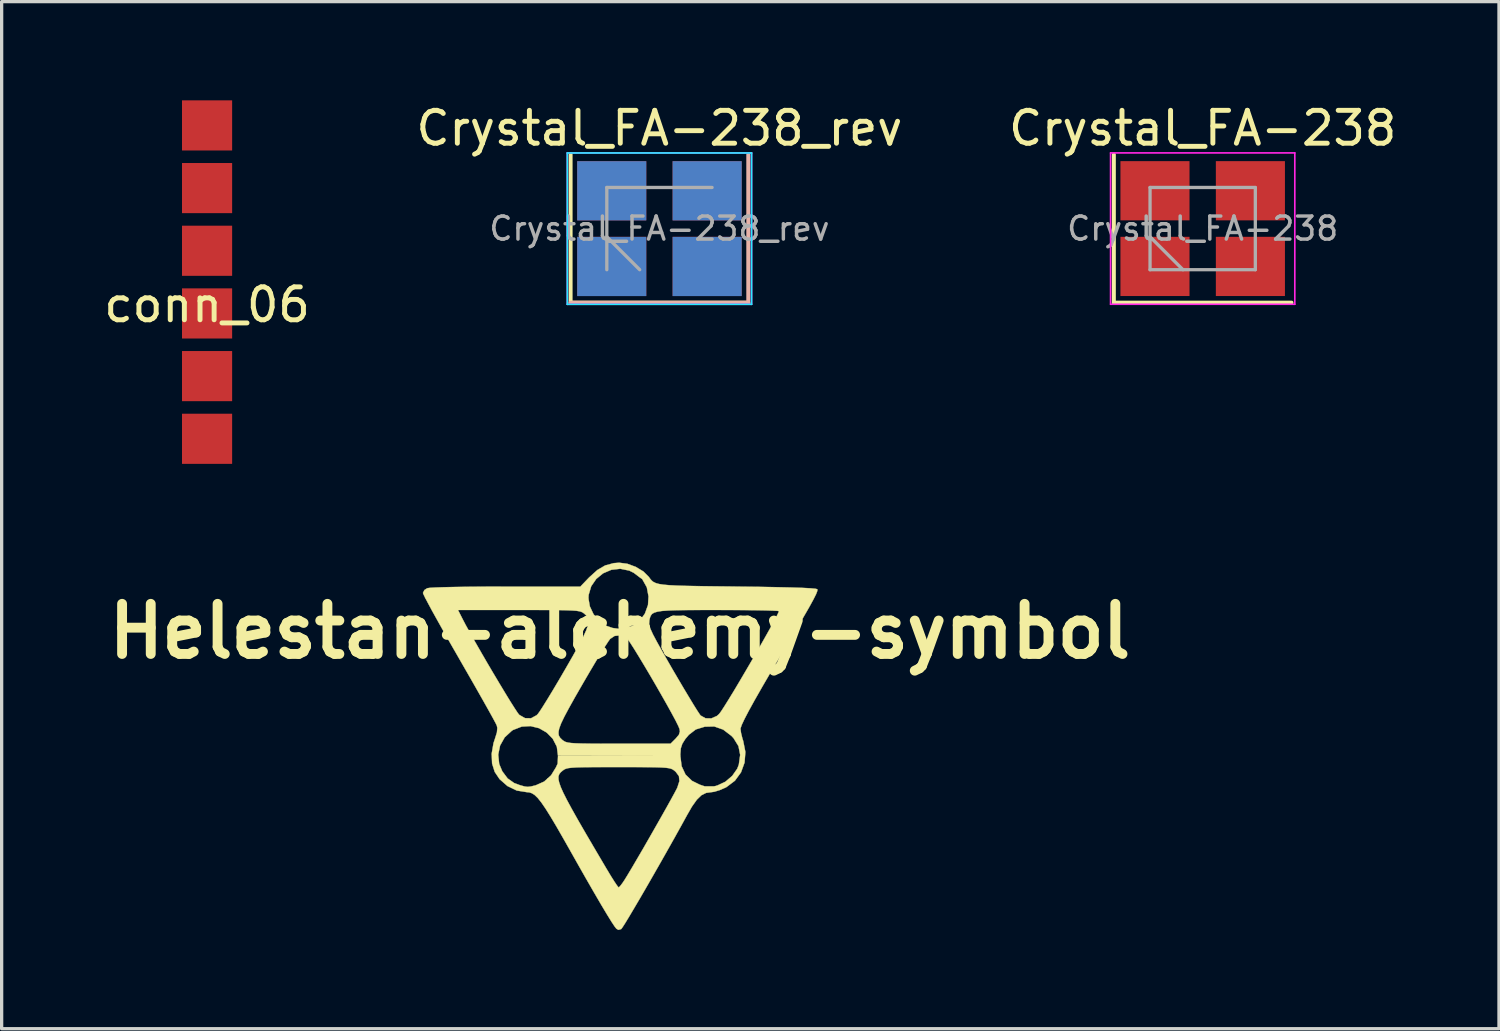
<source format=kicad_pcb>
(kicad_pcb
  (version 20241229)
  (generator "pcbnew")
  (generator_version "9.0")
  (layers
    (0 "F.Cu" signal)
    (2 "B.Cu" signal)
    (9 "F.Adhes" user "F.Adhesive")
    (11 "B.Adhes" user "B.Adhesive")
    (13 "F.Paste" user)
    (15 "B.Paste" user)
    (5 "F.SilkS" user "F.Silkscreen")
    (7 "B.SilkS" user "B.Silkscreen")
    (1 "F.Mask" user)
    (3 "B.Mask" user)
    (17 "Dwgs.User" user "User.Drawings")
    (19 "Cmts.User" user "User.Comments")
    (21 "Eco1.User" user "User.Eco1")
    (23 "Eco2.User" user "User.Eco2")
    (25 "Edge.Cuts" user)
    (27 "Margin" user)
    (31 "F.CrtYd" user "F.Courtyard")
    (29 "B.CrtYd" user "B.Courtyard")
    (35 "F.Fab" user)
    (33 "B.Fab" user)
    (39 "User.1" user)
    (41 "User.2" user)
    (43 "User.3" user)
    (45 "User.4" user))
  (footprint "Crystal_FA-238_rev"
    (layer "F.Cu")
    (at 16.994 3.898)
    (property "Reference" "Crystal_FA-238_rev" (at 0 -3.05 0) (layer "F.SilkS") (effects (font (size 1 1) (thickness 0.15))))
    (attr smd)
    (fp_line (start -2.7 -2.25) (end -2.7 2.25) (stroke (width 0.12) (type solid)) (layer "F.SilkS"))
    (fp_line (start -2.7 2.25) (end 2.7 2.25) (stroke (width 0.12) (type solid)) (layer "F.SilkS"))
    (fp_line (start 2.7 -2.248) (end 2.7 2.252) (stroke (width 0.12) (type solid)) (layer "B.SilkS"))
    (fp_line (start 2.7 2.252) (end -2.7 2.252) (stroke (width 0.12) (type solid)) (layer "B.SilkS"))
    (fp_line (start -2.8 -2.298) (end 2.8 -2.298) (stroke (width 0.05) (type solid)) (layer "B.CrtYd"))
    (fp_line (start -2.8 2.302) (end -2.8 -2.298) (stroke (width 0.05) (type solid)) (layer "B.CrtYd"))
    (fp_line (start 2.8 -2.298) (end 2.8 2.302) (stroke (width 0.05) (type solid)) (layer "B.CrtYd"))
    (fp_line (start 2.8 2.302) (end -2.8 2.302) (stroke (width 0.05) (type solid)) (layer "B.CrtYd"))
    (fp_line (start -2.8 -2.3) (end -2.8 2.3) (stroke (width 0.05) (type solid)) (layer "F.CrtYd"))
    (fp_line (start -2.8 2.3) (end 2.8 2.3) (stroke (width 0.05) (type solid)) (layer "F.CrtYd"))
    (fp_line (start 2.8 -2.3) (end -2.8 -2.3) (stroke (width 0.05) (type solid)) (layer "F.CrtYd"))
    (fp_line (start 2.8 2.3) (end 2.8 -2.3) (stroke (width 0.05) (type solid)) (layer "F.CrtYd"))
    (fp_line (start -1.6 -1.25) (end -1.6 1.25) (stroke (width 0.1) (type solid)) (layer "F.Fab"))
    (fp_line (start -1.6 0.25) (end -0.6 1.25) (stroke (width 0.1) (type solid)) (layer "F.Fab"))
    (fp_line (start 1.6 -1.25) (end -1.6 -1.25) (stroke (width 0.1) (type solid)) (layer "F.Fab"))
    (fp_text user "${REFERENCE}" (at 0 0 0) (layer "F.Fab") (effects (font (size 0.7 0.7) (thickness 0.105))))
    (pad "1" smd rect (at -1.45 1.15) (size 2.1 1.8) (layers "F.Cu" "F.Mask" "F.Paste"))
    (pad "1" smd rect (at 1.45 1.152 180) (size 2.1 1.8) (layers "B.Cu" "B.Mask" "B.Paste"))
    (pad "2" smd rect (at -1.45 1.152 180) (size 2.1 1.8) (layers "B.Cu" "B.Mask" "B.Paste"))
    (pad "2" smd rect (at 1.45 1.15) (size 2.1 1.8) (layers "F.Cu" "F.Mask" "F.Paste"))
    (pad "3" smd rect (at -1.45 -1.148 180) (size 2.1 1.8) (layers "B.Cu" "B.Mask" "B.Paste"))
    (pad "3" smd rect (at 1.45 -1.15) (size 2.1 1.8) (layers "F.Cu" "F.Mask" "F.Paste"))
    (pad "4" smd rect (at -1.45 -1.15) (size 2.1 1.8) (layers "F.Cu" "F.Mask" "F.Paste"))
    (pad "4" smd rect (at 1.45 -1.148 180) (size 2.1 1.8) (layers "B.Cu" "B.Mask" "B.Paste")))
  (footprint "Helestan-alchemy-symbol"
    (layer "F.Cu")
    (at 15.792 16.138)
    (property "Reference" "Helestan-alchemy-symbol" (at 0 0 0) (layer "F.SilkS") (effects (font (size 1.524 1.524) (thickness 0.3))))
    (attr through_hole)
    (fp_poly (pts (xy 3.134 2.988) (xy 3.182 3.013) (xy 3.415 3.196) (xy 3.571 3.424) (xy 3.649 3.678) (xy 3.65 3.94) (xy 3.574 4.193) (xy 3.422 4.417) (xy 3.194 4.594) (xy 3.16 4.612) (xy 2.864 4.71) (xy 2.567 4.707) (xy 2.306 4.619) (xy 2.082 4.455) (xy 1.925 4.231) (xy 1.841 3.967) (xy 1.836 3.684) (xy 1.916 3.403) (xy 1.933 3.366) (xy 2.099 3.146) (xy 2.324 2.992) (xy 2.587 2.91) (xy 2.864 2.907) (xy 3.134 2.988)) (stroke (width 0.01) (type solid)) (fill yes) (layer "F.Mask"))
    (fp_poly (pts (xy -2.456 2.944) (xy -2.228 3.072) (xy -2.044 3.26) (xy -1.921 3.503) (xy -1.88 3.711) (xy -1.901 4.01) (xy -2.008 4.274) (xy -2.186 4.488) (xy -2.424 4.637) (xy -2.708 4.707) (xy -2.793 4.71) (xy -2.972 4.691) (xy -3.137 4.644) (xy -3.164 4.631) (xy -3.416 4.451) (xy -3.592 4.222) (xy -3.688 3.964) (xy -3.7 3.691) (xy -3.625 3.423) (xy -3.46 3.176) (xy -3.453 3.168) (xy -3.226 2.99) (xy -2.972 2.898) (xy -2.71 2.884) (xy -2.456 2.944)) (stroke (width 0.01) (type solid)) (fill yes) (layer "F.Mask"))
    (fp_poly (pts (xy 0.232 -1.877) (xy 0.375 -1.813) (xy 0.43 -1.782) (xy 0.659 -1.595) (xy 0.803 -1.351) (xy 0.862 -1.053) (xy 0.864 -0.99) (xy 0.819 -0.693) (xy 0.696 -0.445) (xy 0.51 -0.254) (xy 0.276 -0.13) (xy 0.009 -0.081) (xy -0.275 -0.118) (xy -0.459 -0.19) (xy -0.699 -0.363) (xy -0.863 -0.59) (xy -0.948 -0.852) (xy -0.948 -1.129) (xy -0.858 -1.402) (xy -0.799 -1.501) (xy -0.626 -1.705) (xy -0.428 -1.829) (xy -0.176 -1.888) (xy -0.104 -1.895) (xy 0.089 -1.901) (xy 0.232 -1.877)) (stroke (width 0.01) (type solid)) (fill yes) (layer "F.Mask"))
    (fp_poly (pts (xy 0.225 -2.052) (xy 0.483 -1.957) (xy 0.715 -1.817) (xy 0.879 -1.653) (xy 0.923 -1.592) (xy 0.967 -1.541) (xy 1.019 -1.499) (xy 1.09 -1.465) (xy 1.187 -1.438) (xy 1.32 -1.417) (xy 1.497 -1.401) (xy 1.728 -1.389) (xy 2.022 -1.38) (xy 2.388 -1.373) (xy 2.834 -1.367) (xy 3.37 -1.361) (xy 3.574 -1.358) (xy 4.215 -1.351) (xy 4.756 -1.341) (xy 5.198 -1.331) (xy 5.542 -1.32) (xy 5.79 -1.307) (xy 5.943 -1.293) (xy 6.002 -1.278) (xy 6.002 -1.231) (xy 5.962 -1.126) (xy 5.877 -0.958) (xy 5.747 -0.721) (xy 5.567 -0.409) (xy 5.334 -0.018) (xy 5.328 -0.008) (xy 4.942 0.639) (xy 4.609 1.203) (xy 4.328 1.685) (xy 4.098 2.088) (xy 3.919 2.413) (xy 3.788 2.664) (xy 3.705 2.841) (xy 3.668 2.947) (xy 3.666 2.966) (xy 3.682 3.09) (xy 3.723 3.258) (xy 3.748 3.335) (xy 3.814 3.668) (xy 3.789 3.991) (xy 3.681 4.288) (xy 3.496 4.542) (xy 3.24 4.735) (xy 3.212 4.75) (xy 3.035 4.827) (xy 2.868 4.878) (xy 2.78 4.89) (xy 2.621 4.912) (xy 2.478 4.983) (xy 2.34 5.117) (xy 2.192 5.325) (xy 2.045 5.58) (xy 1.866 5.906) (xy 1.668 6.262) (xy 1.458 6.635) (xy 1.242 7.017) (xy 1.026 7.395) (xy 0.817 7.759) (xy 0.62 8.099) (xy 0.441 8.403) (xy 0.288 8.661) (xy 0.166 8.862) (xy 0.081 8.995) (xy 0.041 9.05) (xy -0.043 9.076) (xy -0.105 9.042) (xy -0.159 8.974) (xy -0.258 8.824) (xy -0.398 8.597) (xy -0.575 8.301) (xy -0.785 7.941) (xy -1.025 7.524) (xy -1.291 7.056) (xy -1.438 6.795) (xy -1.702 6.328) (xy -1.923 5.943) (xy -2.108 5.632) (xy -2.261 5.388) (xy -2.389 5.202) (xy -2.496 5.068) (xy -2.59 4.977) (xy -2.674 4.923) (xy -2.756 4.896) (xy -2.828 4.89) (xy -3.134 4.841) (xy -3.418 4.704) (xy -3.657 4.494) (xy -3.805 4.274) (xy -3.885 4.019) (xy -3.896 3.75) (xy -3.699 3.75) (xy -3.669 4.033) (xy -3.575 4.256) (xy -3.413 4.472) (xy -3.213 4.613) (xy -3.034 4.679) (xy -2.897 4.717) (xy -2.803 4.729) (xy -2.704 4.717) (xy -2.559 4.682) (xy -2.303 4.568) (xy -2.212 4.487) (xy -1.869 4.487) (xy -1.847 4.593) (xy -1.799 4.732) (xy -1.721 4.908) (xy -1.609 5.13) (xy -1.461 5.403) (xy -1.274 5.736) (xy -1.044 6.134) (xy -0.768 6.605) (xy -0.444 7.155) (xy -0.394 7.239) (xy -0.269 7.447) (xy -0.161 7.618) (xy -0.08 7.737) (xy -0.039 7.785) (xy -0.037 7.786) (xy 0.007 7.746) (xy 0.084 7.644) (xy 0.15 7.544) (xy 0.246 7.387) (xy 0.377 7.168) (xy 0.533 6.901) (xy 0.708 6.602) (xy 0.891 6.283) (xy 1.076 5.959) (xy 1.254 5.646) (xy 1.417 5.357) (xy 1.556 5.107) (xy 1.664 4.909) (xy 1.732 4.78) (xy 1.746 4.75) (xy 1.809 4.553) (xy 1.794 4.402) (xy 1.696 4.27) (xy 1.649 4.231) (xy 1.608 4.202) (xy 1.559 4.179) (xy 1.49 4.161) (xy 1.391 4.148) (xy 1.248 4.139) (xy 1.052 4.133) (xy 0.791 4.13) (xy 0.452 4.128) (xy 0.025 4.128) (xy -0.043 4.128) (xy -0.482 4.128) (xy -0.832 4.129) (xy -1.103 4.132) (xy -1.307 4.137) (xy -1.456 4.146) (xy -1.561 4.158) (xy -1.633 4.175) (xy -1.685 4.197) (xy -1.728 4.226) (xy -1.743 4.238) (xy -1.8 4.287) (xy -1.842 4.34) (xy -1.866 4.405) (xy -1.869 4.487) (xy -2.212 4.487) (xy -2.092 4.378) (xy -1.943 4.135) (xy -1.892 4.023) (xy -1.882 3.803) (xy -1.882 3.79) (xy 1.837 3.782) (xy 1.876 4.1) (xy 1.994 4.354) (xy 2.192 4.546) (xy 2.429 4.663) (xy 2.578 4.713) (xy 2.858 4.713) (xy 2.908 4.703) (xy 2.971 4.683) (xy 3.206 4.573) (xy 3.414 4.395) (xy 3.566 4.178) (xy 3.614 4.057) (xy 3.656 3.757) (xy 3.604 3.491) (xy 3.455 3.249) (xy 3.392 3.181) (xy 3.139 2.988) (xy 2.868 2.893) (xy 2.58 2.9) (xy 2.308 2.983) (xy 2.097 3.145) (xy 1.988 3.274) (xy 1.897 3.419) (xy 1.851 3.558) (xy 1.837 3.739) (xy 1.837 3.782) (xy -1.882 3.783) (xy -1.917 3.508) (xy -2.041 3.267) (xy -2.227 3.076) (xy -2.232 3.074) (xy -1.868 3.074) (xy -1.859 3.162) (xy -1.821 3.232) (xy -1.759 3.294) (xy -1.738 3.311) (xy -1.696 3.341) (xy -1.648 3.364) (xy -1.581 3.382) (xy -1.485 3.396) (xy -1.347 3.405) (xy -1.156 3.411) (xy -0.901 3.415) (xy -0.571 3.416) (xy -0.153 3.417) (xy -0.032 3.417) (xy 1.54 3.417) (xy 1.694 3.263) (xy 1.793 3.146) (xy 1.824 3.047) (xy 1.813 2.971) (xy 1.776 2.88) (xy 1.696 2.719) (xy 1.579 2.501) (xy 1.435 2.24) (xy 1.27 1.949) (xy 1.094 1.642) (xy 0.914 1.333) (xy 0.737 1.035) (xy 0.572 0.761) (xy 0.427 0.526) (xy 0.31 0.344) (xy 0.228 0.226) (xy 0.195 0.191) (xy 0.019 0.121) (xy -0.162 0.142) (xy -0.297 0.232) (xy -0.351 0.306) (xy -0.448 0.455) (xy -0.58 0.668) (xy -0.74 0.931) (xy -0.919 1.233) (xy -1.111 1.562) (xy -1.141 1.614) (xy -1.373 2.017) (xy -1.555 2.344) (xy -1.693 2.603) (xy -1.789 2.804) (xy -1.846 2.958) (xy -1.868 3.074) (xy -2.232 3.074) (xy -2.458 2.945) (xy -2.716 2.882) (xy -2.984 2.897) (xy -3.246 2.999) (xy -3.285 3.024) (xy -3.502 3.224) (xy -3.642 3.473) (xy -3.699 3.75) (xy -3.896 3.75) (xy -3.897 3.717) (xy -3.842 3.4) (xy -3.799 3.27) (xy -3.738 3.075) (xy -3.726 2.936) (xy -3.742 2.864) (xy -3.777 2.792) (xy -3.857 2.643) (xy -3.977 2.426) (xy -4.132 2.15) (xy -4.316 1.825) (xy -4.523 1.462) (xy -4.749 1.069) (xy -4.887 0.828) (xy -5.119 0.425) (xy -5.334 0.047) (xy -5.527 -0.297) (xy -5.694 -0.597) (xy -5.721 -0.647) (xy -4.921 -0.647) (xy -4.786 -0.381) (xy -4.687 -0.191) (xy -4.553 0.051) (xy -4.394 0.334) (xy -4.216 0.644) (xy -4.028 0.968) (xy -3.836 1.294) (xy -3.649 1.607) (xy -3.475 1.896) (xy -3.321 2.147) (xy -3.194 2.347) (xy -3.104 2.483) (xy -3.059 2.54) (xy -2.885 2.64) (xy -2.702 2.644) (xy -2.533 2.553) (xy -2.495 2.515) (xy -2.437 2.435) (xy -2.336 2.279) (xy -2.201 2.062) (xy -2.039 1.795) (xy -1.859 1.492) (xy -1.669 1.166) (xy -1.663 1.156) (xy -1.432 0.754) (xy -1.251 0.428) (xy -1.115 0.17) (xy -1.023 -0.032) (xy -0.969 -0.186) (xy -0.952 -0.304) (xy -0.967 -0.395) (xy -1.011 -0.468) (xy -1.082 -0.535) (xy -1.091 -0.542) (xy -1.129 -0.569) (xy -1.174 -0.592) (xy -1.235 -0.609) (xy -1.323 -0.623) (xy -1.45 -0.632) (xy -1.624 -0.639) (xy -1.857 -0.644) (xy -2.158 -0.646) (xy -2.54 -0.647) (xy -3.011 -0.647) (xy -3.073 -0.647) (xy -4.921 -0.647) (xy -5.721 -0.647) (xy -5.827 -0.844) (xy -5.909 -1) (xy -0.956 -1) (xy -0.914 -0.758) (xy -0.803 -0.522) (xy -0.643 -0.316) (xy -0.453 -0.18) (xy -0.28 -0.12) (xy -0.22 -0.1) (xy 0 -0.07) (xy 0.15 -0.1) (xy 0.34 -0.151) (xy 0.405 -0.178) (xy 0.465 -0.222) (xy 0.888 -0.222) (xy 0.922 -0.088) (xy 1.005 0.095) (xy 1.025 0.132) (xy 1.127 0.324) (xy 1.261 0.564) (xy 1.417 0.838) (xy 1.586 1.133) (xy 1.762 1.433) (xy 1.934 1.725) (xy 2.096 1.995) (xy 2.237 2.229) (xy 2.351 2.411) (xy 2.429 2.528) (xy 2.456 2.562) (xy 2.603 2.644) (xy 2.778 2.648) (xy 2.948 2.574) (xy 3.015 2.515) (xy 3.075 2.435) (xy 3.174 2.283) (xy 3.306 2.071) (xy 3.464 1.813) (xy 3.639 1.519) (xy 3.825 1.203) (xy 4.015 0.878) (xy 4.201 0.556) (xy 4.376 0.249) (xy 4.533 -0.03) (xy 4.664 -0.269) (xy 4.763 -0.454) (xy 4.821 -0.575) (xy 4.834 -0.614) (xy 4.785 -0.621) (xy 4.646 -0.628) (xy 4.428 -0.635) (xy 4.142 -0.64) (xy 3.799 -0.644) (xy 3.412 -0.646) (xy 2.991 -0.647) (xy 2.485 -0.647) (xy 2.07 -0.645) (xy 1.738 -0.641) (xy 1.478 -0.632) (xy 1.282 -0.618) (xy 1.14 -0.596) (xy 1.041 -0.566) (xy 0.977 -0.527) (xy 0.938 -0.475) (xy 0.913 -0.411) (xy 0.896 -0.337) (xy 0.888 -0.222) (xy 0.465 -0.222) (xy 0.607 -0.323) (xy 0.76 -0.538) (xy 0.854 -0.798) (xy 0.87 -1.06) (xy 0.818 -1.337) (xy 0.678 -1.587) (xy 0.613 -1.631) (xy 0.421 -1.777) (xy 0.286 -1.844) (xy 0.011 -1.9) (xy -0.26 -1.869) (xy -0.51 -1.762) (xy -0.719 -1.591) (xy -0.872 -1.369) (xy -0.95 -1.108) (xy -0.956 -1) (xy -5.909 -1) (xy -5.924 -1.027) (xy -5.977 -1.138) (xy -5.986 -1.167) (xy -5.942 -1.254) (xy -5.856 -1.309) (xy -5.774 -1.321) (xy -5.599 -1.331) (xy -5.339 -1.34) (xy -5.001 -1.347) (xy -4.593 -1.353) (xy -4.125 -1.357) (xy -3.602 -1.358) (xy -3.464 -1.358) (xy -1.202 -1.358) (xy -0.934 -1.638) (xy -0.687 -1.861) (xy -0.448 -2.001) (xy -0.189 -2.071) (xy -0.022 -2.084) (xy 0.225 -2.052)) (stroke (width 0.01) (type solid)) (fill yes) (layer "F.SilkS")))
  (footprint "conn_06"
    (layer "F.Cu")
    (at 3.244 5.715)
    (property "Reference" "conn_06" (at 0 0.5 0) (layer "F.SilkS") (effects (font (size 1 1) (thickness 0.15))))
    (attr through_hole)
    (pad "1" smd rect (at 0 4.572) (size 1.524 1.524) (layers "F.Cu" "F.Mask" "F.Paste"))
    (pad "2" smd rect (at 0 2.667) (size 1.524 1.524) (layers "F.Cu" "F.Mask" "F.Paste"))
    (pad "3" smd rect (at 0 0.762) (size 1.524 1.524) (layers "F.Cu" "F.Mask" "F.Paste"))
    (pad "4" smd rect (at 0 -1.143) (size 1.524 1.524) (layers "F.Cu" "F.Mask" "F.Paste"))
    (pad "5" smd rect (at 0 -3.048) (size 1.524 1.524) (layers "F.Cu" "F.Mask" "F.Paste"))
    (pad "6" smd rect (at 0 -4.953) (size 1.524 1.524) (layers "F.Cu" "F.Mask" "F.Paste")))
  (footprint "Crystal_FA-238"
    (layer "F.Cu")
    (at 33.506 3.898)
    (property "Reference" "Crystal_FA-238" (at 0 -3.05 0) (layer "F.SilkS") (effects (font (size 1 1) (thickness 0.15))))
    (attr smd)
    (fp_line (start -2.7 -2.25) (end -2.7 2.25) (stroke (width 0.12) (type solid)) (layer "F.SilkS"))
    (fp_line (start -2.7 2.25) (end 2.7 2.25) (stroke (width 0.12) (type solid)) (layer "F.SilkS"))
    (fp_line (start -2.8 -2.3) (end -2.8 2.3) (stroke (width 0.05) (type solid)) (layer "F.CrtYd"))
    (fp_line (start -2.8 2.3) (end 2.8 2.3) (stroke (width 0.05) (type solid)) (layer "F.CrtYd"))
    (fp_line (start 2.8 -2.3) (end -2.8 -2.3) (stroke (width 0.05) (type solid)) (layer "F.CrtYd"))
    (fp_line (start 2.8 2.3) (end 2.8 -2.3) (stroke (width 0.05) (type solid)) (layer "F.CrtYd"))
    (fp_line (start -1.6 -1.25) (end -1.6 1.25) (stroke (width 0.1) (type solid)) (layer "F.Fab"))
    (fp_line (start -1.6 0.25) (end -0.6 1.25) (stroke (width 0.1) (type solid)) (layer "F.Fab"))
    (fp_line (start -1.6 1.25) (end 1.6 1.25) (stroke (width 0.1) (type solid)) (layer "F.Fab"))
    (fp_line (start 1.6 -1.25) (end -1.6 -1.25) (stroke (width 0.1) (type solid)) (layer "F.Fab"))
    (fp_line (start 1.6 1.25) (end 1.6 -1.25) (stroke (width 0.1) (type solid)) (layer "F.Fab"))
    (fp_text user "${REFERENCE}" (at 0 0 0) (layer "F.Fab") (effects (font (size 0.7 0.7) (thickness 0.105))))
    (pad "1" smd rect (at -1.45 1.15) (size 2.1 1.8) (layers "F.Cu" "F.Mask" "F.Paste"))
    (pad "2" smd rect (at 1.45 1.15) (size 2.1 1.8) (layers "F.Cu" "F.Mask" "F.Paste"))
    (pad "3" smd rect (at 1.45 -1.15) (size 2.1 1.8) (layers "F.Cu" "F.Mask" "F.Paste"))
    (pad "4" smd rect (at -1.45 -1.15) (size 2.1 1.8) (layers "F.Cu" "F.Mask" "F.Paste")))
  (gr_rect
    (start -3 -3)
    (end 42.512 28.219)
    (stroke (width 0.1) (type default))
    (fill no)
    (layer "Edge.Cuts")))
</source>
